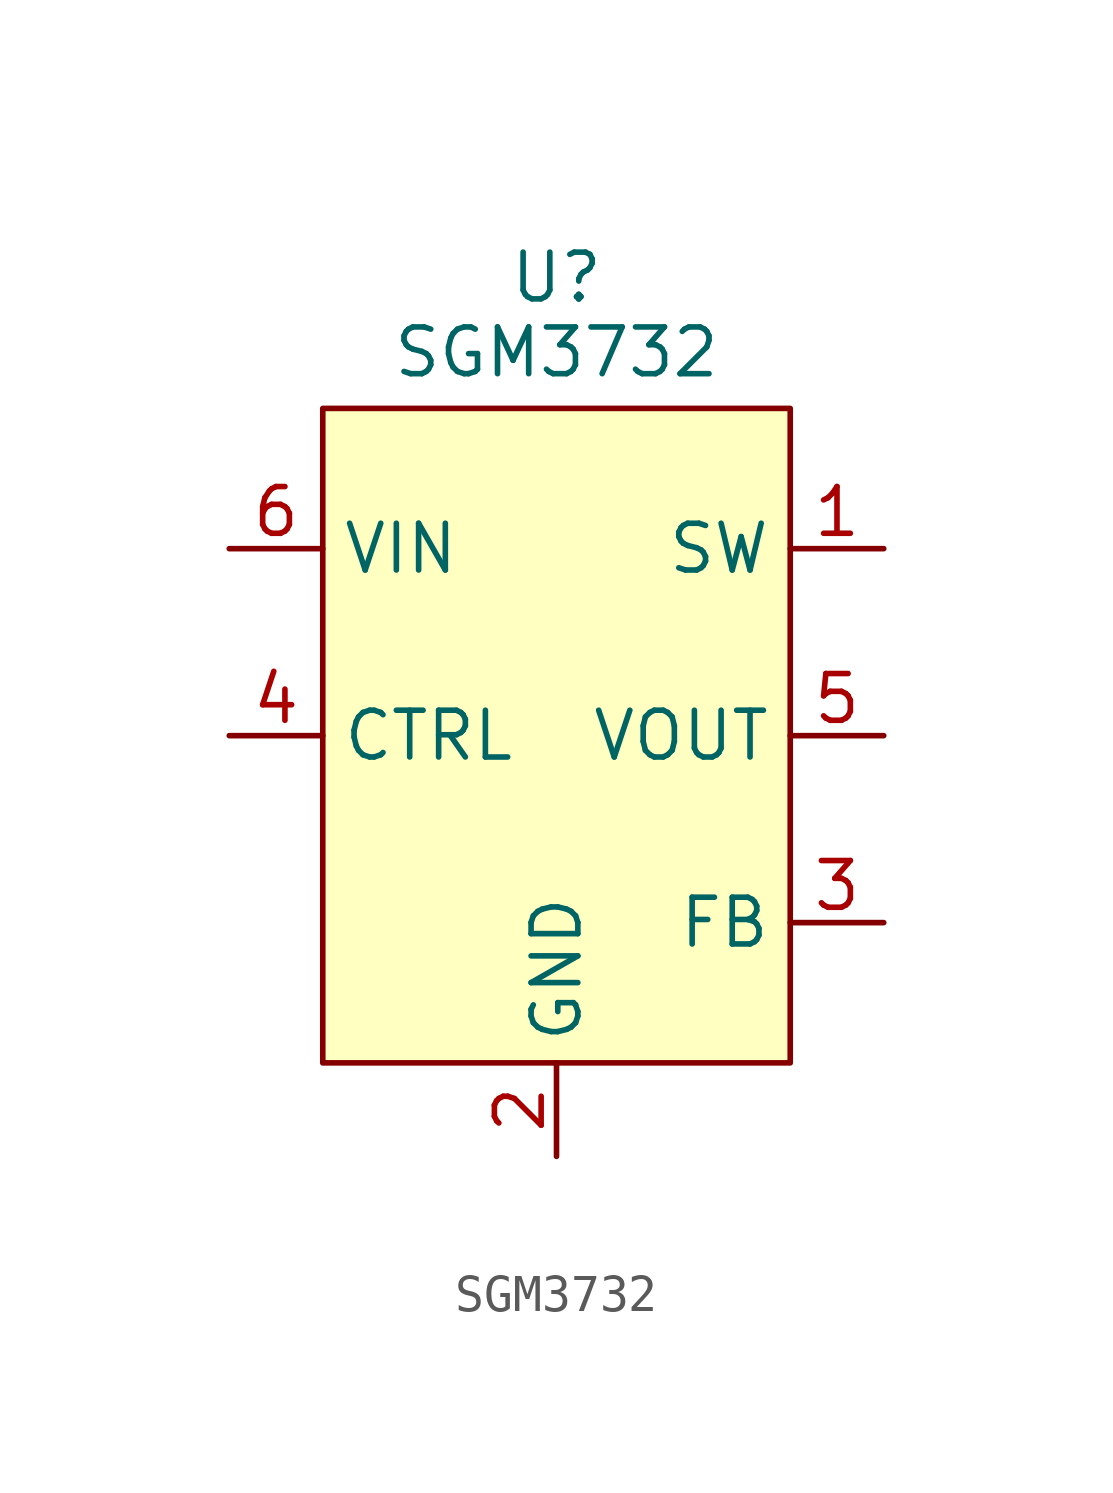
<source format=kicad_sym>
(kicad_symbol_lib
  (version 20241209)
  (generator "kicad_symbol_editor")
  (generator_version "9.0")
  (symbol "SGM3732"
    (property "Reference" "U"
      (at 0 12.446 0)
      (effects (font (size 1.27 1.27))))
    (property "Value" "SGM3732"
      (at 0 10.414 0)
      (effects (font (size 1.27 1.27))))
    (symbol "SGM3732_1_1"
      (rectangle (start -6.35 8.89) (end 6.35 -8.89) (stroke (width 0) (type solid)) (fill (type color) (color 255 255 194 1)))
      (pin power_in line (at -8.89 5.08 0) (length 2.54) (name "VIN" (effects (font (size 1.27 1.27)))) (number "6" (effects (font (size 1.27 1.27)))))
      (pin input line (at -8.89 0 0) (length 2.54) (name "CTRL" (effects (font (size 1.27 1.27)))) (number "4" (effects (font (size 1.27 1.27)))))
      (pin power_in line (at 0 -11.43 90) (length 2.54) (name "GND" (effects (font (size 1.27 1.27)))) (number "2" (effects (font (size 1.27 1.27)))))
      (pin output line (at 8.89 5.08 180) (length 2.54) (name "SW" (effects (font (size 1.27 1.27)))) (number "1" (effects (font (size 1.27 1.27)))))
      (pin power_out line (at 8.89 0 180) (length 2.54) (name "VOUT" (effects (font (size 1.27 1.27)))) (number "5" (effects (font (size 1.27 1.27)))))
      (pin input line (at 8.89 -5.08 180) (length 2.54) (name "FB" (effects (font (size 1.27 1.27)))) (number "3" (effects (font (size 1.27 1.27))))))))
</source>
